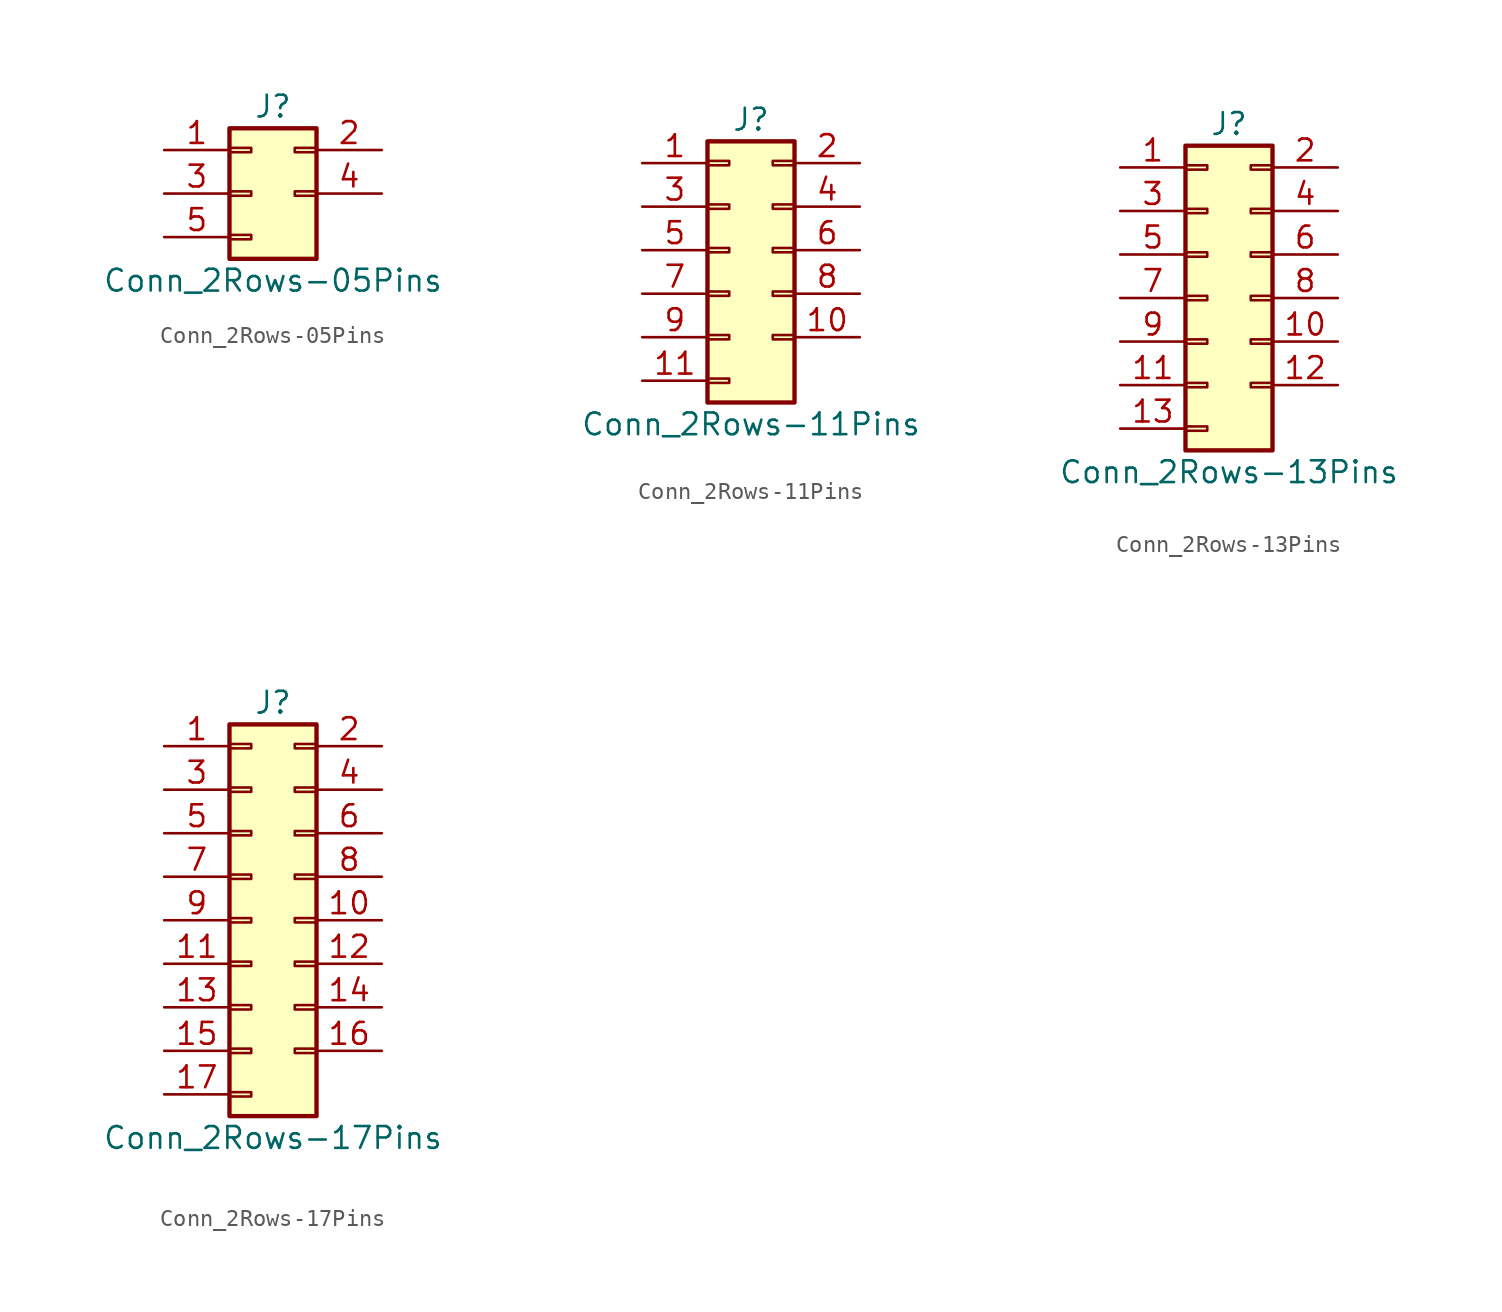
<source format=kicad_sym>
(kicad_symbol_lib
  (version 20200908)
  (generator kicad_symbol_editor)
  (symbol "Connector_Generic:Conn_2Rows-05Pins"
    (pin_names
      (offset 1.016) hide)
    (property "Reference" "J"
      (at 1.27 5.08 0)
      (effects (font (size 1.27 1.27))))
    (property "Value" "Conn_2Rows-05Pins"
      (at 1.27 -5.08 0)
      (effects (font (size 1.27 1.27))))
    (symbol "Conn_2Rows-05Pins_1_1"
      (rectangle (start -1.27 -2.413) (end 0 -2.667) (stroke (width 0.152)) (fill (type none)))
      (rectangle (start -1.27 2.667) (end 0 2.413) (stroke (width 0.152)) (fill (type none)))
      (rectangle (start -1.27 3.81) (end 3.81 -3.81) (stroke (width 0.254)) (fill (type background)))
      (rectangle (start -1.27 0.127) (end 0 -0.127) (stroke (width 0.152)) (fill (type none)))
      (rectangle (start 3.81 2.667) (end 2.54 2.413) (stroke (width 0.152)) (fill (type none)))
      (rectangle (start 3.81 0.127) (end 2.54 -0.127) (stroke (width 0.152)) (fill (type none)))
      (pin passive line (at -5.08 2.54 0) (length 3.81) (name "Pin_1" (effects (font (size 1.27 1.27)))) (number "1" (effects (font (size 1.27 1.27)))))
      (pin passive line (at 7.62 2.54 180) (length 3.81) (name "Pin_2" (effects (font (size 1.27 1.27)))) (number "2" (effects (font (size 1.27 1.27)))))
      (pin passive line (at -5.08 0 0) (length 3.81) (name "Pin_3" (effects (font (size 1.27 1.27)))) (number "3" (effects (font (size 1.27 1.27)))))
      (pin passive line (at 7.62 0 180) (length 3.81) (name "Pin_4" (effects (font (size 1.27 1.27)))) (number "4" (effects (font (size 1.27 1.27)))))
      (pin passive line (at -5.08 -2.54 0) (length 3.81) (name "Pin_5" (effects (font (size 1.27 1.27)))) (number "5" (effects (font (size 1.27 1.27)))))))
  (symbol "Connector_Generic:Conn_2Rows-11Pins"
    (pin_names
      (offset 1.016) hide)
    (property "Reference" "J"
      (at 1.27 7.62 0)
      (effects (font (size 1.27 1.27))))
    (property "Value" "Conn_2Rows-11Pins"
      (at 1.27 -10.16 0)
      (effects (font (size 1.27 1.27))))
    (symbol "Conn_2Rows-11Pins_1_1"
      (rectangle (start -1.27 -4.953) (end 0 -5.207) (stroke (width 0.152)) (fill (type none)))
      (rectangle (start -1.27 -7.493) (end 0 -7.747) (stroke (width 0.152)) (fill (type none)))
      (rectangle (start -1.27 -2.413) (end 0 -2.667) (stroke (width 0.152)) (fill (type none)))
      (rectangle (start -1.27 2.667) (end 0 2.413) (stroke (width 0.152)) (fill (type none)))
      (rectangle (start -1.27 5.207) (end 0 4.953) (stroke (width 0.152)) (fill (type none)))
      (rectangle (start -1.27 6.35) (end 3.81 -8.89) (stroke (width 0.254)) (fill (type background)))
      (rectangle (start -1.27 0.127) (end 0 -0.127) (stroke (width 0.152)) (fill (type none)))
      (rectangle (start 3.81 -4.953) (end 2.54 -5.207) (stroke (width 0.152)) (fill (type none)))
      (rectangle (start 3.81 -2.413) (end 2.54 -2.667) (stroke (width 0.152)) (fill (type none)))
      (rectangle (start 3.81 2.667) (end 2.54 2.413) (stroke (width 0.152)) (fill (type none)))
      (rectangle (start 3.81 5.207) (end 2.54 4.953) (stroke (width 0.152)) (fill (type none)))
      (rectangle (start 3.81 0.127) (end 2.54 -0.127) (stroke (width 0.152)) (fill (type none)))
      (pin passive line (at -5.08 5.08 0) (length 3.81) (name "Pin_1" (effects (font (size 1.27 1.27)))) (number "1" (effects (font (size 1.27 1.27)))))
      (pin passive line (at 7.62 -5.08 180) (length 3.81) (name "Pin_10" (effects (font (size 1.27 1.27)))) (number "10" (effects (font (size 1.27 1.27)))))
      (pin passive line (at -5.08 -7.62 0) (length 3.81) (name "Pin_11" (effects (font (size 1.27 1.27)))) (number "11" (effects (font (size 1.27 1.27)))))
      (pin passive line (at 7.62 5.08 180) (length 3.81) (name "Pin_2" (effects (font (size 1.27 1.27)))) (number "2" (effects (font (size 1.27 1.27)))))
      (pin passive line (at -5.08 2.54 0) (length 3.81) (name "Pin_3" (effects (font (size 1.27 1.27)))) (number "3" (effects (font (size 1.27 1.27)))))
      (pin passive line (at 7.62 2.54 180) (length 3.81) (name "Pin_4" (effects (font (size 1.27 1.27)))) (number "4" (effects (font (size 1.27 1.27)))))
      (pin passive line (at -5.08 0 0) (length 3.81) (name "Pin_5" (effects (font (size 1.27 1.27)))) (number "5" (effects (font (size 1.27 1.27)))))
      (pin passive line (at 7.62 0 180) (length 3.81) (name "Pin_6" (effects (font (size 1.27 1.27)))) (number "6" (effects (font (size 1.27 1.27)))))
      (pin passive line (at -5.08 -2.54 0) (length 3.81) (name "Pin_7" (effects (font (size 1.27 1.27)))) (number "7" (effects (font (size 1.27 1.27)))))
      (pin passive line (at 7.62 -2.54 180) (length 3.81) (name "Pin_8" (effects (font (size 1.27 1.27)))) (number "8" (effects (font (size 1.27 1.27)))))
      (pin passive line (at -5.08 -5.08 0) (length 3.81) (name "Pin_9" (effects (font (size 1.27 1.27)))) (number "9" (effects (font (size 1.27 1.27)))))))
  (symbol "Connector_Generic:Conn_2Rows-13Pins"
    (pin_names
      (offset 1.016) hide)
    (property "Reference" "J"
      (at 1.27 10.16 0)
      (effects (font (size 1.27 1.27))))
    (property "Value" "Conn_2Rows-13Pins"
      (at 1.27 -10.16 0)
      (effects (font (size 1.27 1.27))))
    (symbol "Conn_2Rows-13Pins_1_1"
      (rectangle (start -1.27 -4.953) (end 0 -5.207) (stroke (width 0.152)) (fill (type none)))
      (rectangle (start -1.27 -7.493) (end 0 -7.747) (stroke (width 0.152)) (fill (type none)))
      (rectangle (start -1.27 -2.413) (end 0 -2.667) (stroke (width 0.152)) (fill (type none)))
      (rectangle (start -1.27 2.667) (end 0 2.413) (stroke (width 0.152)) (fill (type none)))
      (rectangle (start -1.27 5.207) (end 0 4.953) (stroke (width 0.152)) (fill (type none)))
      (rectangle (start -1.27 7.747) (end 0 7.493) (stroke (width 0.152)) (fill (type none)))
      (rectangle (start -1.27 8.89) (end 3.81 -8.89) (stroke (width 0.254)) (fill (type background)))
      (rectangle (start -1.27 0.127) (end 0 -0.127) (stroke (width 0.152)) (fill (type none)))
      (rectangle (start 3.81 -4.953) (end 2.54 -5.207) (stroke (width 0.152)) (fill (type none)))
      (rectangle (start 3.81 -2.413) (end 2.54 -2.667) (stroke (width 0.152)) (fill (type none)))
      (rectangle (start 3.81 2.667) (end 2.54 2.413) (stroke (width 0.152)) (fill (type none)))
      (rectangle (start 3.81 5.207) (end 2.54 4.953) (stroke (width 0.152)) (fill (type none)))
      (rectangle (start 3.81 7.747) (end 2.54 7.493) (stroke (width 0.152)) (fill (type none)))
      (rectangle (start 3.81 0.127) (end 2.54 -0.127) (stroke (width 0.152)) (fill (type none)))
      (pin passive line (at -5.08 7.62 0) (length 3.81) (name "Pin_1" (effects (font (size 1.27 1.27)))) (number "1" (effects (font (size 1.27 1.27)))))
      (pin passive line (at 7.62 -2.54 180) (length 3.81) (name "Pin_10" (effects (font (size 1.27 1.27)))) (number "10" (effects (font (size 1.27 1.27)))))
      (pin passive line (at -5.08 -5.08 0) (length 3.81) (name "Pin_11" (effects (font (size 1.27 1.27)))) (number "11" (effects (font (size 1.27 1.27)))))
      (pin passive line (at 7.62 -5.08 180) (length 3.81) (name "Pin_12" (effects (font (size 1.27 1.27)))) (number "12" (effects (font (size 1.27 1.27)))))
      (pin passive line (at -5.08 -7.62 0) (length 3.81) (name "Pin_13" (effects (font (size 1.27 1.27)))) (number "13" (effects (font (size 1.27 1.27)))))
      (pin passive line (at 7.62 7.62 180) (length 3.81) (name "Pin_2" (effects (font (size 1.27 1.27)))) (number "2" (effects (font (size 1.27 1.27)))))
      (pin passive line (at -5.08 5.08 0) (length 3.81) (name "Pin_3" (effects (font (size 1.27 1.27)))) (number "3" (effects (font (size 1.27 1.27)))))
      (pin passive line (at 7.62 5.08 180) (length 3.81) (name "Pin_4" (effects (font (size 1.27 1.27)))) (number "4" (effects (font (size 1.27 1.27)))))
      (pin passive line (at -5.08 2.54 0) (length 3.81) (name "Pin_5" (effects (font (size 1.27 1.27)))) (number "5" (effects (font (size 1.27 1.27)))))
      (pin passive line (at 7.62 2.54 180) (length 3.81) (name "Pin_6" (effects (font (size 1.27 1.27)))) (number "6" (effects (font (size 1.27 1.27)))))
      (pin passive line (at -5.08 0 0) (length 3.81) (name "Pin_7" (effects (font (size 1.27 1.27)))) (number "7" (effects (font (size 1.27 1.27)))))
      (pin passive line (at 7.62 0 180) (length 3.81) (name "Pin_8" (effects (font (size 1.27 1.27)))) (number "8" (effects (font (size 1.27 1.27)))))
      (pin passive line (at -5.08 -2.54 0) (length 3.81) (name "Pin_9" (effects (font (size 1.27 1.27)))) (number "9" (effects (font (size 1.27 1.27)))))))
  (symbol "Connector_Generic:Conn_2Rows-17Pins"
    (pin_names
      (offset 1.016) hide)
    (property "Reference" "J"
      (at 1.27 12.7 0)
      (effects (font (size 1.27 1.27))))
    (property "Value" "Conn_2Rows-17Pins"
      (at 1.27 -12.7 0)
      (effects (font (size 1.27 1.27))))
    (symbol "Conn_2Rows-17Pins_1_1"
      (rectangle (start -1.27 -4.953) (end 0 -5.207) (stroke (width 0.152)) (fill (type none)))
      (rectangle (start -1.27 -7.493) (end 0 -7.747) (stroke (width 0.152)) (fill (type none)))
      (rectangle (start -1.27 -10.033) (end 0 -10.287) (stroke (width 0.152)) (fill (type none)))
      (rectangle (start -1.27 -2.413) (end 0 -2.667) (stroke (width 0.152)) (fill (type none)))
      (rectangle (start -1.27 2.667) (end 0 2.413) (stroke (width 0.152)) (fill (type none)))
      (rectangle (start -1.27 5.207) (end 0 4.953) (stroke (width 0.152)) (fill (type none)))
      (rectangle (start -1.27 7.747) (end 0 7.493) (stroke (width 0.152)) (fill (type none)))
      (rectangle (start -1.27 10.287) (end 0 10.033) (stroke (width 0.152)) (fill (type none)))
      (rectangle (start -1.27 11.43) (end 3.81 -11.43) (stroke (width 0.254)) (fill (type background)))
      (rectangle (start -1.27 0.127) (end 0 -0.127) (stroke (width 0.152)) (fill (type none)))
      (rectangle (start 3.81 -4.953) (end 2.54 -5.207) (stroke (width 0.152)) (fill (type none)))
      (rectangle (start 3.81 -7.493) (end 2.54 -7.747) (stroke (width 0.152)) (fill (type none)))
      (rectangle (start 3.81 -2.413) (end 2.54 -2.667) (stroke (width 0.152)) (fill (type none)))
      (rectangle (start 3.81 2.667) (end 2.54 2.413) (stroke (width 0.152)) (fill (type none)))
      (rectangle (start 3.81 5.207) (end 2.54 4.953) (stroke (width 0.152)) (fill (type none)))
      (rectangle (start 3.81 7.747) (end 2.54 7.493) (stroke (width 0.152)) (fill (type none)))
      (rectangle (start 3.81 10.287) (end 2.54 10.033) (stroke (width 0.152)) (fill (type none)))
      (rectangle (start 3.81 0.127) (end 2.54 -0.127) (stroke (width 0.152)) (fill (type none)))
      (pin passive line (at -5.08 10.16 0) (length 3.81) (name "Pin_1" (effects (font (size 1.27 1.27)))) (number "1" (effects (font (size 1.27 1.27)))))
      (pin passive line (at 7.62 0 180) (length 3.81) (name "Pin_10" (effects (font (size 1.27 1.27)))) (number "10" (effects (font (size 1.27 1.27)))))
      (pin passive line (at -5.08 -2.54 0) (length 3.81) (name "Pin_11" (effects (font (size 1.27 1.27)))) (number "11" (effects (font (size 1.27 1.27)))))
      (pin passive line (at 7.62 -2.54 180) (length 3.81) (name "Pin_12" (effects (font (size 1.27 1.27)))) (number "12" (effects (font (size 1.27 1.27)))))
      (pin passive line (at -5.08 -5.08 0) (length 3.81) (name "Pin_13" (effects (font (size 1.27 1.27)))) (number "13" (effects (font (size 1.27 1.27)))))
      (pin passive line (at 7.62 -5.08 180) (length 3.81) (name "Pin_14" (effects (font (size 1.27 1.27)))) (number "14" (effects (font (size 1.27 1.27)))))
      (pin passive line (at -5.08 -7.62 0) (length 3.81) (name "Pin_15" (effects (font (size 1.27 1.27)))) (number "15" (effects (font (size 1.27 1.27)))))
      (pin passive line (at 7.62 -7.62 180) (length 3.81) (name "Pin_16" (effects (font (size 1.27 1.27)))) (number "16" (effects (font (size 1.27 1.27)))))
      (pin passive line (at -5.08 -10.16 0) (length 3.81) (name "Pin_17" (effects (font (size 1.27 1.27)))) (number "17" (effects (font (size 1.27 1.27)))))
      (pin passive line (at 7.62 10.16 180) (length 3.81) (name "Pin_2" (effects (font (size 1.27 1.27)))) (number "2" (effects (font (size 1.27 1.27)))))
      (pin passive line (at -5.08 7.62 0) (length 3.81) (name "Pin_3" (effects (font (size 1.27 1.27)))) (number "3" (effects (font (size 1.27 1.27)))))
      (pin passive line (at 7.62 7.62 180) (length 3.81) (name "Pin_4" (effects (font (size 1.27 1.27)))) (number "4" (effects (font (size 1.27 1.27)))))
      (pin passive line (at -5.08 5.08 0) (length 3.81) (name "Pin_5" (effects (font (size 1.27 1.27)))) (number "5" (effects (font (size 1.27 1.27)))))
      (pin passive line (at 7.62 5.08 180) (length 3.81) (name "Pin_6" (effects (font (size 1.27 1.27)))) (number "6" (effects (font (size 1.27 1.27)))))
      (pin passive line (at -5.08 2.54 0) (length 3.81) (name "Pin_7" (effects (font (size 1.27 1.27)))) (number "7" (effects (font (size 1.27 1.27)))))
      (pin passive line (at 7.62 2.54 180) (length 3.81) (name "Pin_8" (effects (font (size 1.27 1.27)))) (number "8" (effects (font (size 1.27 1.27)))))
      (pin passive line (at -5.08 0 0) (length 3.81) (name "Pin_9" (effects (font (size 1.27 1.27)))) (number "9" (effects (font (size 1.27 1.27))))))))
</source>
